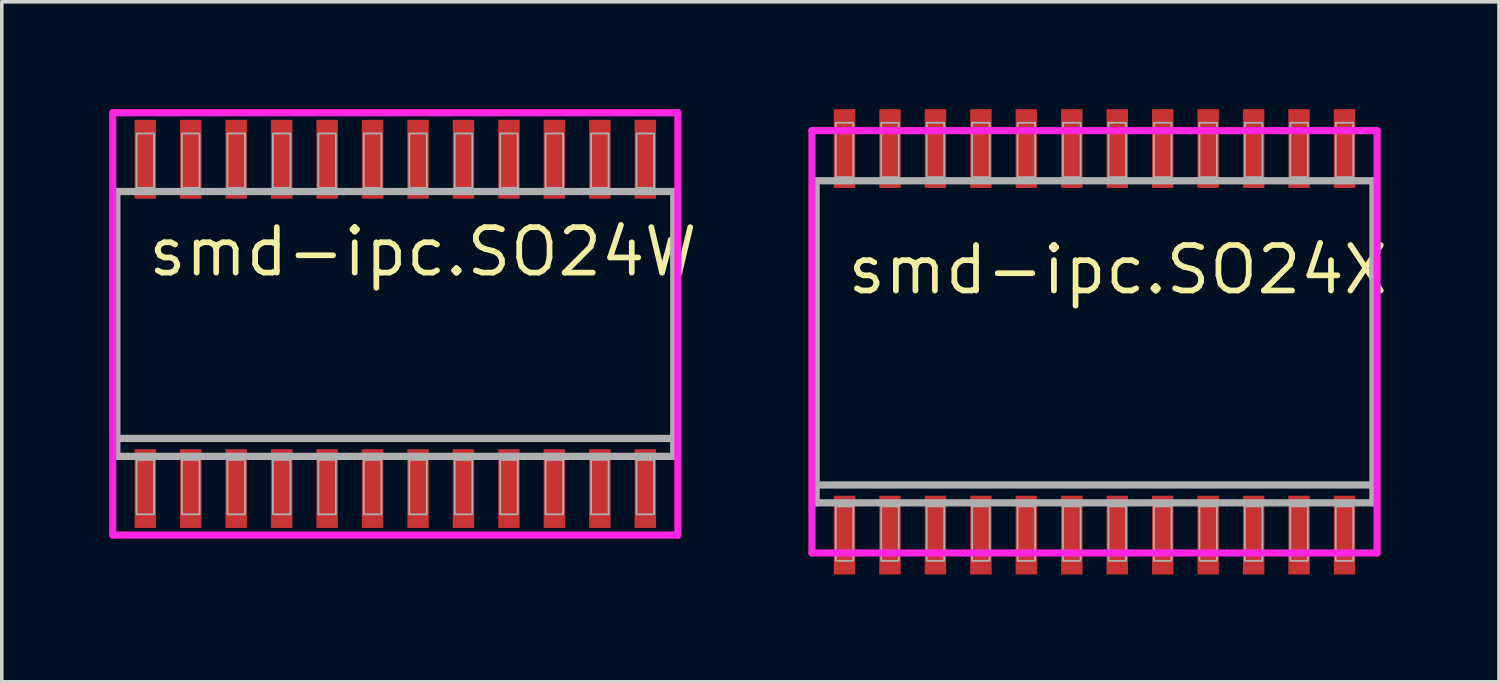
<source format=kicad_pcb>
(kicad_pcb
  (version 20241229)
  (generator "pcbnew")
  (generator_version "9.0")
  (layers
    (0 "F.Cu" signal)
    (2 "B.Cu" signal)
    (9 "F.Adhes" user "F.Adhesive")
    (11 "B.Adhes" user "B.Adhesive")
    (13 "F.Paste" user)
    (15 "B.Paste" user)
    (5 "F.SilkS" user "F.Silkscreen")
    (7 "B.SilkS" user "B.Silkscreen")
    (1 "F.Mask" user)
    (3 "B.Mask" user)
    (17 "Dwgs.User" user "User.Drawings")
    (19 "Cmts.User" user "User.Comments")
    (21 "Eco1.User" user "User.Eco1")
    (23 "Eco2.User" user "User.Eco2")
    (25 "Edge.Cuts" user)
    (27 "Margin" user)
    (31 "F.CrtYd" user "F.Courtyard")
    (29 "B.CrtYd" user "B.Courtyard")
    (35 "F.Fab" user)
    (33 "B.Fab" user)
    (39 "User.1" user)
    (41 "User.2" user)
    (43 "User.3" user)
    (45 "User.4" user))
  (footprint "smd-ipc.SO24X"
    (layer "F.Cu")
    (at 27.531 6.5)
    (property "Reference" "smd-ipc.SO24X" (at -6.985 -1.27 0) (layer "F.SilkS") (effects (font (size 1.27 1.27) (thickness 0.16)) (justify left bottom)))
    (attr smd)
    (fp_line (start -7.895 -5.9) (end 7.895 -5.9) (stroke (width 0.2) (type default)) (layer "F.CrtYd"))
    (fp_line (start -7.895 5.9) (end -7.895 -5.9) (stroke (width 0.2) (type default)) (layer "F.CrtYd"))
    (fp_line (start 7.895 -5.9) (end 7.895 5.9) (stroke (width 0.2) (type default)) (layer "F.CrtYd"))
    (fp_line (start 7.895 5.9) (end -7.895 5.9) (stroke (width 0.2) (type default)) (layer "F.CrtYd"))
    (fp_line (start -7.78 -4.5) (end 7.78 -4.5) (stroke (width 0.203) (type default)) (layer "F.Fab"))
    (fp_line (start -7.78 4) (end -7.78 -4.5) (stroke (width 0.203) (type default)) (layer "F.Fab"))
    (fp_line (start -7.78 4.5) (end -7.78 4) (stroke (width 0.203) (type default)) (layer "F.Fab"))
    (fp_line (start 7.78 -4.5) (end 7.78 4) (stroke (width 0.203) (type default)) (layer "F.Fab"))
    (fp_line (start 7.78 4) (end -7.78 4) (stroke (width 0.203) (type default)) (layer "F.Fab"))
    (fp_line (start 7.78 4) (end 7.78 4.5) (stroke (width 0.203) (type default)) (layer "F.Fab"))
    (fp_line (start 7.78 4.5) (end -7.78 4.5) (stroke (width 0.203) (type default)) (layer "F.Fab"))
    (fp_rect (start -7.23 -4.6) (end -6.74 -6.12) (stroke (width 0.05) (type default)) (fill no) (layer "F.Fab"))
    (fp_rect (start -7.23 6.12) (end -6.74 4.6) (stroke (width 0.05) (type default)) (fill no) (layer "F.Fab"))
    (fp_rect (start -5.96 -4.6) (end -5.47 -6.12) (stroke (width 0.05) (type default)) (fill no) (layer "F.Fab"))
    (fp_rect (start -5.96 6.12) (end -5.47 4.6) (stroke (width 0.05) (type default)) (fill no) (layer "F.Fab"))
    (fp_rect (start -4.69 -4.6) (end -4.2 -6.12) (stroke (width 0.05) (type default)) (fill no) (layer "F.Fab"))
    (fp_rect (start -4.69 6.12) (end -4.2 4.6) (stroke (width 0.05) (type default)) (fill no) (layer "F.Fab"))
    (fp_rect (start -3.42 -4.6) (end -2.93 -6.12) (stroke (width 0.05) (type default)) (fill no) (layer "F.Fab"))
    (fp_rect (start -3.42 6.12) (end -2.93 4.6) (stroke (width 0.05) (type default)) (fill no) (layer "F.Fab"))
    (fp_rect (start -2.15 -4.6) (end -1.66 -6.12) (stroke (width 0.05) (type default)) (fill no) (layer "F.Fab"))
    (fp_rect (start -2.15 6.12) (end -1.66 4.6) (stroke (width 0.05) (type default)) (fill no) (layer "F.Fab"))
    (fp_rect (start -0.88 -4.6) (end -0.39 -6.12) (stroke (width 0.05) (type default)) (fill no) (layer "F.Fab"))
    (fp_rect (start -0.88 6.12) (end -0.39 4.6) (stroke (width 0.05) (type default)) (fill no) (layer "F.Fab"))
    (fp_rect (start 0.39 -4.6) (end 0.88 -6.12) (stroke (width 0.05) (type default)) (fill no) (layer "F.Fab"))
    (fp_rect (start 0.39 6.12) (end 0.88 4.6) (stroke (width 0.05) (type default)) (fill no) (layer "F.Fab"))
    (fp_rect (start 1.66 -4.6) (end 2.15 -6.12) (stroke (width 0.05) (type default)) (fill no) (layer "F.Fab"))
    (fp_rect (start 1.66 6.12) (end 2.15 4.6) (stroke (width 0.05) (type default)) (fill no) (layer "F.Fab"))
    (fp_rect (start 2.93 -4.6) (end 3.42 -6.12) (stroke (width 0.05) (type default)) (fill no) (layer "F.Fab"))
    (fp_rect (start 2.93 6.12) (end 3.42 4.6) (stroke (width 0.05) (type default)) (fill no) (layer "F.Fab"))
    (fp_rect (start 4.2 -4.6) (end 4.69 -6.12) (stroke (width 0.05) (type default)) (fill no) (layer "F.Fab"))
    (fp_rect (start 4.2 6.12) (end 4.69 4.6) (stroke (width 0.05) (type default)) (fill no) (layer "F.Fab"))
    (fp_rect (start 5.47 -4.6) (end 5.96 -6.12) (stroke (width 0.05) (type default)) (fill no) (layer "F.Fab"))
    (fp_rect (start 5.47 6.12) (end 5.96 4.6) (stroke (width 0.05) (type default)) (fill no) (layer "F.Fab"))
    (fp_rect (start 6.74 -4.6) (end 7.23 -6.12) (stroke (width 0.05) (type default)) (fill no) (layer "F.Fab"))
    (fp_rect (start 6.74 6.12) (end 7.23 4.6) (stroke (width 0.05) (type default)) (fill no) (layer "F.Fab"))
    (pad "1" smd roundrect (at -6.985 5.4) (size 0.6 2.2) (layers "F.Cu" "F.Mask" "F.Paste") (roundrect_rratio 0.01))
    (pad "2" smd roundrect (at -5.715 5.4) (size 0.6 2.2) (layers "F.Cu" "F.Mask" "F.Paste") (roundrect_rratio 0.01))
    (pad "3" smd roundrect (at -4.445 5.4) (size 0.6 2.2) (layers "F.Cu" "F.Mask" "F.Paste") (roundrect_rratio 0.01))
    (pad "4" smd roundrect (at -3.175 5.4) (size 0.6 2.2) (layers "F.Cu" "F.Mask" "F.Paste") (roundrect_rratio 0.01))
    (pad "5" smd roundrect (at -1.905 5.4) (size 0.6 2.2) (layers "F.Cu" "F.Mask" "F.Paste") (roundrect_rratio 0.01))
    (pad "6" smd roundrect (at -0.635 5.4) (size 0.6 2.2) (layers "F.Cu" "F.Mask" "F.Paste") (roundrect_rratio 0.01))
    (pad "7" smd roundrect (at 0.635 5.4) (size 0.6 2.2) (layers "F.Cu" "F.Mask" "F.Paste") (roundrect_rratio 0.01))
    (pad "8" smd roundrect (at 1.905 5.4) (size 0.6 2.2) (layers "F.Cu" "F.Mask" "F.Paste") (roundrect_rratio 0.01))
    (pad "9" smd roundrect (at 3.175 5.4) (size 0.6 2.2) (layers "F.Cu" "F.Mask" "F.Paste") (roundrect_rratio 0.01))
    (pad "10" smd roundrect (at 4.445 5.4) (size 0.6 2.2) (layers "F.Cu" "F.Mask" "F.Paste") (roundrect_rratio 0.01))
    (pad "11" smd roundrect (at 5.715 5.4) (size 0.6 2.2) (layers "F.Cu" "F.Mask" "F.Paste") (roundrect_rratio 0.01))
    (pad "12" smd roundrect (at 6.985 5.4) (size 0.6 2.2) (layers "F.Cu" "F.Mask" "F.Paste") (roundrect_rratio 0.01))
    (pad "13" smd roundrect (at 6.985 -5.4) (size 0.6 2.2) (layers "F.Cu" "F.Mask" "F.Paste") (roundrect_rratio 0.01))
    (pad "14" smd roundrect (at 5.715 -5.4) (size 0.6 2.2) (layers "F.Cu" "F.Mask" "F.Paste") (roundrect_rratio 0.01))
    (pad "15" smd roundrect (at 4.445 -5.4) (size 0.6 2.2) (layers "F.Cu" "F.Mask" "F.Paste") (roundrect_rratio 0.01))
    (pad "16" smd roundrect (at 3.175 -5.4) (size 0.6 2.2) (layers "F.Cu" "F.Mask" "F.Paste") (roundrect_rratio 0.01))
    (pad "17" smd roundrect (at 1.905 -5.4) (size 0.6 2.2) (layers "F.Cu" "F.Mask" "F.Paste") (roundrect_rratio 0.01))
    (pad "18" smd roundrect (at 0.635 -5.4) (size 0.6 2.2) (layers "F.Cu" "F.Mask" "F.Paste") (roundrect_rratio 0.01))
    (pad "19" smd roundrect (at -0.635 -5.4) (size 0.6 2.2) (layers "F.Cu" "F.Mask" "F.Paste") (roundrect_rratio 0.01))
    (pad "20" smd roundrect (at -1.905 -5.4) (size 0.6 2.2) (layers "F.Cu" "F.Mask" "F.Paste") (roundrect_rratio 0.01))
    (pad "21" smd roundrect (at -3.175 -5.4) (size 0.6 2.2) (layers "F.Cu" "F.Mask" "F.Paste") (roundrect_rratio 0.01))
    (pad "22" smd roundrect (at -4.445 -5.4) (size 0.6 2.2) (layers "F.Cu" "F.Mask" "F.Paste") (roundrect_rratio 0.01))
    (pad "23" smd roundrect (at -5.715 -5.4) (size 0.6 2.2) (layers "F.Cu" "F.Mask" "F.Paste") (roundrect_rratio 0.01))
    (pad "24" smd roundrect (at -6.985 -5.4) (size 0.6 2.2) (layers "F.Cu" "F.Mask" "F.Paste") (roundrect_rratio 0.01)))
  (footprint "smd-ipc.SO24W"
    (layer "F.Cu")
    (at 7.995 6)
    (property "Reference" "smd-ipc.SO24W" (at -6.985 -1.27 0) (layer "F.SilkS") (effects (font (size 1.27 1.27) (thickness 0.16)) (justify left bottom)))
    (attr smd)
    (fp_line (start -7.895 -5.9) (end 7.895 -5.9) (stroke (width 0.2) (type default)) (layer "F.CrtYd"))
    (fp_line (start -7.895 5.9) (end -7.895 -5.9) (stroke (width 0.2) (type default)) (layer "F.CrtYd"))
    (fp_line (start 7.895 -5.9) (end 7.895 5.9) (stroke (width 0.2) (type default)) (layer "F.CrtYd"))
    (fp_line (start 7.895 5.9) (end -7.895 5.9) (stroke (width 0.2) (type default)) (layer "F.CrtYd"))
    (fp_line (start -7.78 -3.7) (end 7.78 -3.7) (stroke (width 0.203) (type default)) (layer "F.Fab"))
    (fp_line (start -7.78 3.2) (end -7.78 -3.7) (stroke (width 0.203) (type default)) (layer "F.Fab"))
    (fp_line (start -7.78 3.7) (end -7.78 3.2) (stroke (width 0.203) (type default)) (layer "F.Fab"))
    (fp_line (start 7.78 -3.7) (end 7.78 3.2) (stroke (width 0.203) (type default)) (layer "F.Fab"))
    (fp_line (start 7.78 3.2) (end -7.78 3.2) (stroke (width 0.203) (type default)) (layer "F.Fab"))
    (fp_line (start 7.78 3.2) (end 7.78 3.7) (stroke (width 0.203) (type default)) (layer "F.Fab"))
    (fp_line (start 7.78 3.7) (end -7.78 3.7) (stroke (width 0.203) (type default)) (layer "F.Fab"))
    (fp_rect (start -7.23 -3.8) (end -6.74 -5.32) (stroke (width 0.05) (type default)) (fill no) (layer "F.Fab"))
    (fp_rect (start -7.23 5.32) (end -6.74 3.8) (stroke (width 0.05) (type default)) (fill no) (layer "F.Fab"))
    (fp_rect (start -5.96 -3.8) (end -5.47 -5.32) (stroke (width 0.05) (type default)) (fill no) (layer "F.Fab"))
    (fp_rect (start -5.96 5.32) (end -5.47 3.8) (stroke (width 0.05) (type default)) (fill no) (layer "F.Fab"))
    (fp_rect (start -4.69 -3.8) (end -4.2 -5.32) (stroke (width 0.05) (type default)) (fill no) (layer "F.Fab"))
    (fp_rect (start -4.69 5.32) (end -4.2 3.8) (stroke (width 0.05) (type default)) (fill no) (layer "F.Fab"))
    (fp_rect (start -3.42 -3.8) (end -2.93 -5.32) (stroke (width 0.05) (type default)) (fill no) (layer "F.Fab"))
    (fp_rect (start -3.42 5.32) (end -2.93 3.8) (stroke (width 0.05) (type default)) (fill no) (layer "F.Fab"))
    (fp_rect (start -2.15 -3.8) (end -1.66 -5.32) (stroke (width 0.05) (type default)) (fill no) (layer "F.Fab"))
    (fp_rect (start -2.15 5.32) (end -1.66 3.8) (stroke (width 0.05) (type default)) (fill no) (layer "F.Fab"))
    (fp_rect (start -0.88 -3.8) (end -0.39 -5.32) (stroke (width 0.05) (type default)) (fill no) (layer "F.Fab"))
    (fp_rect (start -0.88 5.32) (end -0.39 3.8) (stroke (width 0.05) (type default)) (fill no) (layer "F.Fab"))
    (fp_rect (start 0.39 -3.8) (end 0.88 -5.32) (stroke (width 0.05) (type default)) (fill no) (layer "F.Fab"))
    (fp_rect (start 0.39 5.32) (end 0.88 3.8) (stroke (width 0.05) (type default)) (fill no) (layer "F.Fab"))
    (fp_rect (start 1.66 -3.8) (end 2.15 -5.32) (stroke (width 0.05) (type default)) (fill no) (layer "F.Fab"))
    (fp_rect (start 1.66 5.32) (end 2.15 3.8) (stroke (width 0.05) (type default)) (fill no) (layer "F.Fab"))
    (fp_rect (start 2.93 -3.8) (end 3.42 -5.32) (stroke (width 0.05) (type default)) (fill no) (layer "F.Fab"))
    (fp_rect (start 2.93 5.32) (end 3.42 3.8) (stroke (width 0.05) (type default)) (fill no) (layer "F.Fab"))
    (fp_rect (start 4.2 -3.8) (end 4.69 -5.32) (stroke (width 0.05) (type default)) (fill no) (layer "F.Fab"))
    (fp_rect (start 4.2 5.32) (end 4.69 3.8) (stroke (width 0.05) (type default)) (fill no) (layer "F.Fab"))
    (fp_rect (start 5.47 -3.8) (end 5.96 -5.32) (stroke (width 0.05) (type default)) (fill no) (layer "F.Fab"))
    (fp_rect (start 5.47 5.32) (end 5.96 3.8) (stroke (width 0.05) (type default)) (fill no) (layer "F.Fab"))
    (fp_rect (start 6.74 -3.8) (end 7.23 -5.32) (stroke (width 0.05) (type default)) (fill no) (layer "F.Fab"))
    (fp_rect (start 6.74 5.32) (end 7.23 3.8) (stroke (width 0.05) (type default)) (fill no) (layer "F.Fab"))
    (pad "1" smd roundrect (at -6.985 4.6) (size 0.6 2.2) (layers "F.Cu" "F.Mask" "F.Paste") (roundrect_rratio 0.01))
    (pad "2" smd roundrect (at -5.715 4.6) (size 0.6 2.2) (layers "F.Cu" "F.Mask" "F.Paste") (roundrect_rratio 0.01))
    (pad "3" smd roundrect (at -4.445 4.6) (size 0.6 2.2) (layers "F.Cu" "F.Mask" "F.Paste") (roundrect_rratio 0.01))
    (pad "4" smd roundrect (at -3.175 4.6) (size 0.6 2.2) (layers "F.Cu" "F.Mask" "F.Paste") (roundrect_rratio 0.01))
    (pad "5" smd roundrect (at -1.905 4.6) (size 0.6 2.2) (layers "F.Cu" "F.Mask" "F.Paste") (roundrect_rratio 0.01))
    (pad "6" smd roundrect (at -0.635 4.6) (size 0.6 2.2) (layers "F.Cu" "F.Mask" "F.Paste") (roundrect_rratio 0.01))
    (pad "7" smd roundrect (at 0.635 4.6) (size 0.6 2.2) (layers "F.Cu" "F.Mask" "F.Paste") (roundrect_rratio 0.01))
    (pad "8" smd roundrect (at 1.905 4.6) (size 0.6 2.2) (layers "F.Cu" "F.Mask" "F.Paste") (roundrect_rratio 0.01))
    (pad "9" smd roundrect (at 3.175 4.6) (size 0.6 2.2) (layers "F.Cu" "F.Mask" "F.Paste") (roundrect_rratio 0.01))
    (pad "10" smd roundrect (at 4.445 4.6) (size 0.6 2.2) (layers "F.Cu" "F.Mask" "F.Paste") (roundrect_rratio 0.01))
    (pad "11" smd roundrect (at 5.715 4.6) (size 0.6 2.2) (layers "F.Cu" "F.Mask" "F.Paste") (roundrect_rratio 0.01))
    (pad "12" smd roundrect (at 6.985 4.6) (size 0.6 2.2) (layers "F.Cu" "F.Mask" "F.Paste") (roundrect_rratio 0.01))
    (pad "13" smd roundrect (at 6.985 -4.6) (size 0.6 2.2) (layers "F.Cu" "F.Mask" "F.Paste") (roundrect_rratio 0.01))
    (pad "14" smd roundrect (at 5.715 -4.6) (size 0.6 2.2) (layers "F.Cu" "F.Mask" "F.Paste") (roundrect_rratio 0.01))
    (pad "15" smd roundrect (at 4.445 -4.6) (size 0.6 2.2) (layers "F.Cu" "F.Mask" "F.Paste") (roundrect_rratio 0.01))
    (pad "16" smd roundrect (at 3.175 -4.6) (size 0.6 2.2) (layers "F.Cu" "F.Mask" "F.Paste") (roundrect_rratio 0.01))
    (pad "17" smd roundrect (at 1.905 -4.6) (size 0.6 2.2) (layers "F.Cu" "F.Mask" "F.Paste") (roundrect_rratio 0.01))
    (pad "18" smd roundrect (at 0.635 -4.6) (size 0.6 2.2) (layers "F.Cu" "F.Mask" "F.Paste") (roundrect_rratio 0.01))
    (pad "19" smd roundrect (at -0.635 -4.6) (size 0.6 2.2) (layers "F.Cu" "F.Mask" "F.Paste") (roundrect_rratio 0.01))
    (pad "20" smd roundrect (at -1.905 -4.6) (size 0.6 2.2) (layers "F.Cu" "F.Mask" "F.Paste") (roundrect_rratio 0.01))
    (pad "21" smd roundrect (at -3.175 -4.6) (size 0.6 2.2) (layers "F.Cu" "F.Mask" "F.Paste") (roundrect_rratio 0.01))
    (pad "22" smd roundrect (at -4.445 -4.6) (size 0.6 2.2) (layers "F.Cu" "F.Mask" "F.Paste") (roundrect_rratio 0.01))
    (pad "23" smd roundrect (at -5.715 -4.6) (size 0.6 2.2) (layers "F.Cu" "F.Mask" "F.Paste") (roundrect_rratio 0.01))
    (pad "24" smd roundrect (at -6.985 -4.6) (size 0.6 2.2) (layers "F.Cu" "F.Mask" "F.Paste") (roundrect_rratio 0.01)))
  (gr_rect
    (start -3 -3)
    (end 38.831 16)
    (stroke (width 0.1) (type default))
    (fill no)
    (layer "Edge.Cuts")))
</source>
